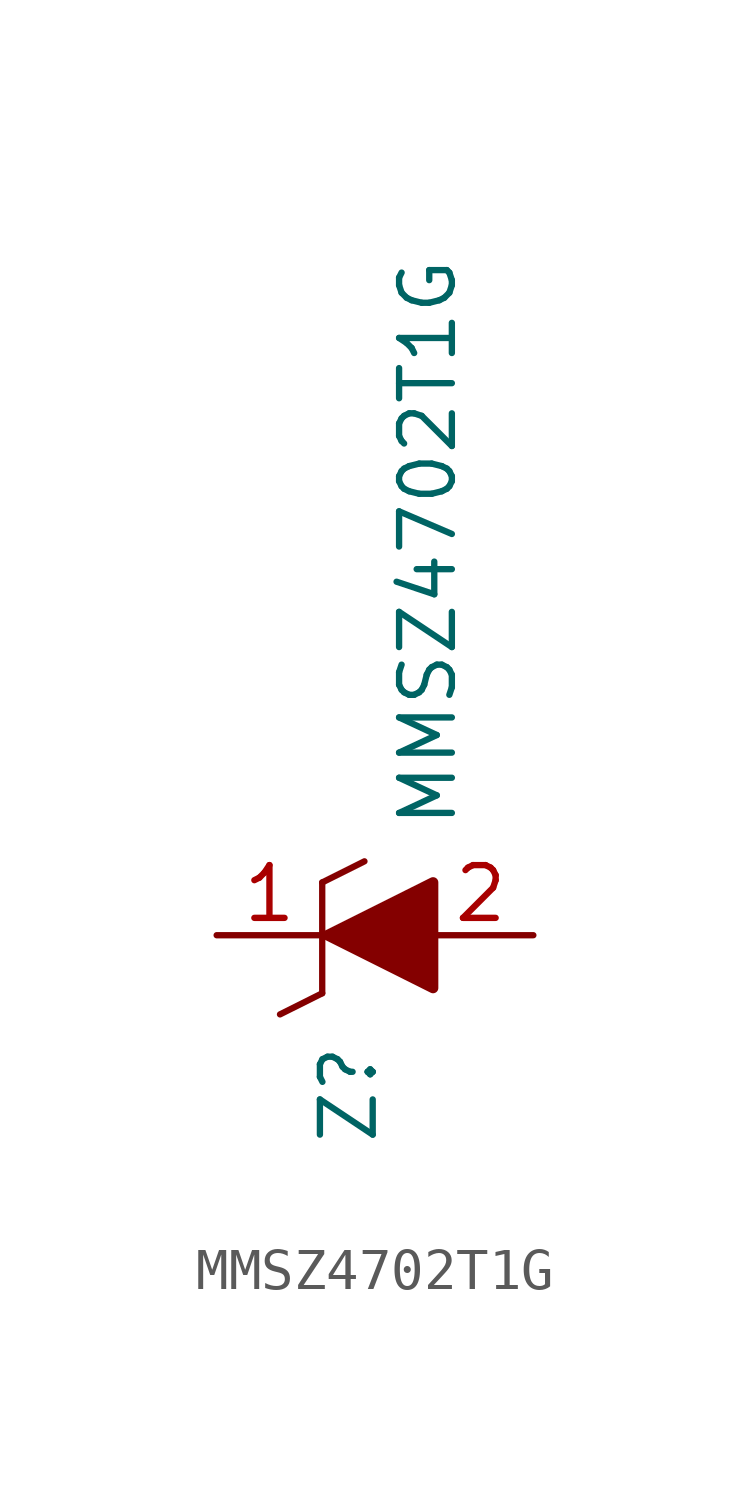
<source format=kicad_sym>
(kicad_symbol_lib
  (version 20220914)
  (generator kicad_symbol_editor)
  (symbol "MMSZ4702T1G"
    (pin_names
      (offset 0.762))
    (property "Reference" "Z"
      (at 3.175 -5.08 90)
      (effects (font (size 1.27 1.27)) (justify left)))
    (property "Value" "MMSZ4702T1G"
      (at 5.08 2.54 90)
      (effects (font (size 1.27 1.27)) (justify left)))
    (symbol "MMSZ4702T1G_0_0"
      (pin passive line (at 0 0 0) (length 2.54) (name "~" (effects (font (size 1.27 1.27)))) (number "1" (effects (font (size 1.27 1.27)))))
      (pin passive line (at 7.62 0 180) (length 2.54) (name "~" (effects (font (size 1.27 1.27)))) (number "2" (effects (font (size 1.27 1.27))))))
    (symbol "MMSZ4702T1G_0_1"
      (polyline (pts (xy 1.524 -1.905) (xy 2.54 -1.397)) (stroke (width 0.152) (type default)) (fill (type none)))
      (polyline (pts (xy 2.54 1.27) (xy 2.54 -1.397)) (stroke (width 0.152) (type default)) (fill (type none)))
      (polyline (pts (xy 2.54 1.27) (xy 3.556 1.778)) (stroke (width 0.152) (type default)) (fill (type none)))
      (polyline (pts (xy 2.667 0) (xy 5.207 1.27) (xy 5.207 -1.27) (xy 2.667 0)) (stroke (width 0.254) (type default)) (fill (type outline))))))
</source>
